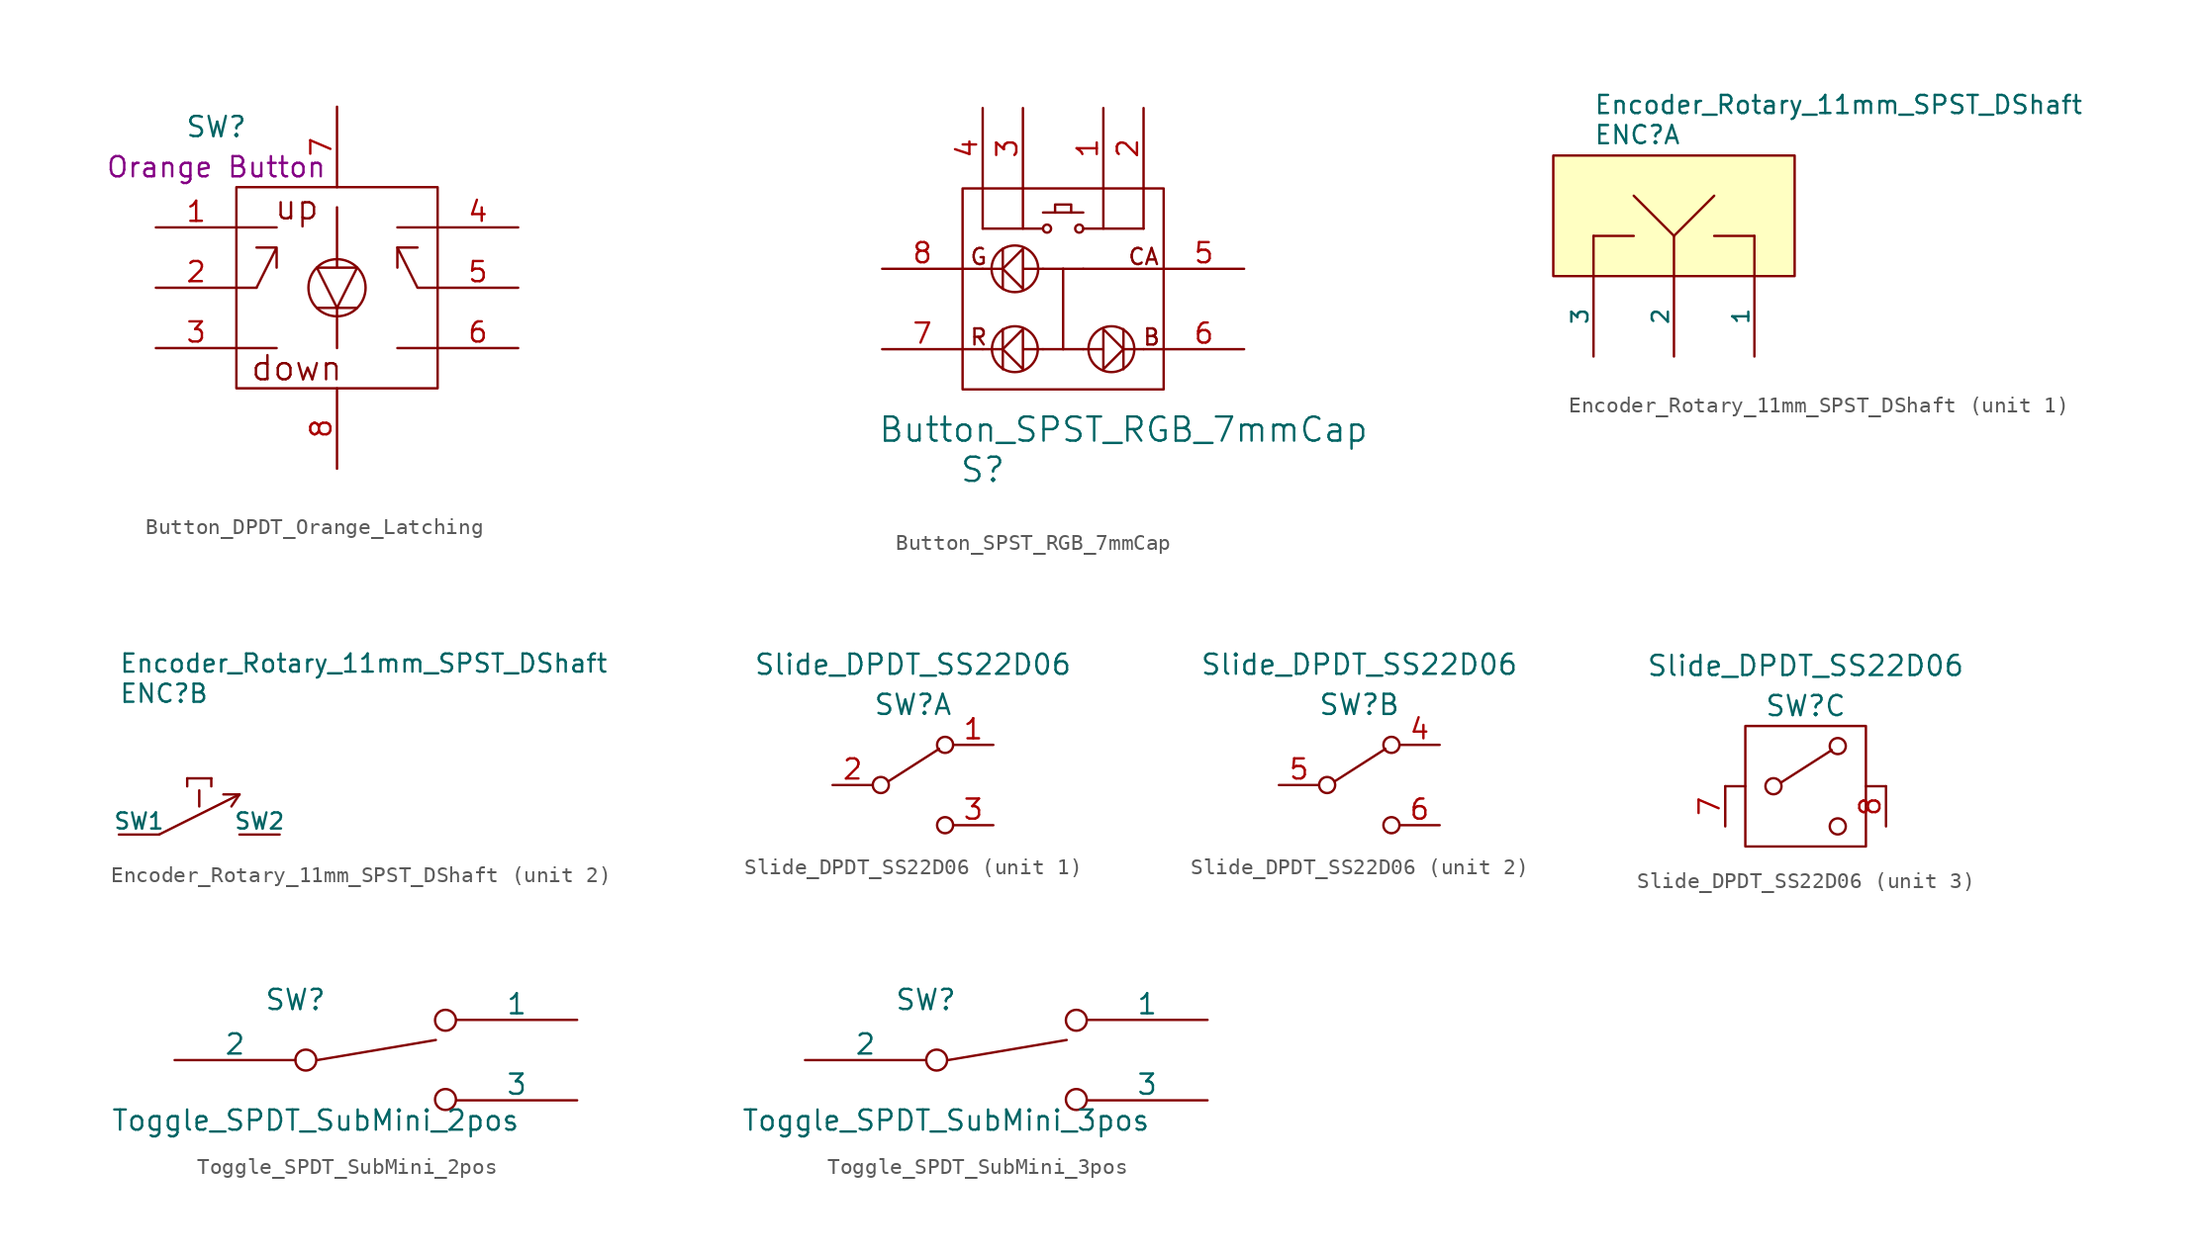
<source format=kicad_sym>
(kicad_symbol_lib
  (version 20211014)
  (generator kicad_symbol_editor)
  (symbol "Button_DPDT_Orange_Latching"
    (pin_names
      (offset 1.016) hide)
    (property "Reference" "SW"
      (at -7.62 10.16 0)
      (effects (font (size 1.27 1.27))))
    (property "Display" "Orange Button"
      (at -7.62 7.62 0)
      (effects (font (size 1.27 1.27))))
    (symbol "Button_DPDT_Orange_Latching_0_0"
      (text "down" (at -2.54 -5.08 0) (effects (font (size 1.524 1.524))))
      (text "up" (at -2.54 5.08 0) (effects (font (size 1.524 1.524)))))
    (symbol "Button_DPDT_Orange_Latching_0_1"
      (rectangle (start -6.35 6.35) (end 6.35 -6.35) (stroke (width 0) (type default) (color 0 0 0 0)) (fill (type none)))
      (polyline (pts (xy -6.35 -3.81) (xy -3.81 -3.81)) (stroke (width 0) (type default) (color 0 0 0 0)) (fill (type none)))
      (polyline (pts (xy -6.35 0) (xy -5.08 0)) (stroke (width 0) (type default) (color 0 0 0 0)) (fill (type none)))
      (polyline (pts (xy -6.35 3.81) (xy -3.81 3.81)) (stroke (width 0) (type default) (color 0 0 0 0)) (fill (type none)))
      (polyline (pts (xy -1.27 -1.27) (xy 1.27 -1.27)) (stroke (width 0) (type default) (color 0 0 0 0)) (fill (type none)))
      (polyline (pts (xy 0 -1.27) (xy 0 -3.81)) (stroke (width 0) (type default) (color 0 0 0 0)) (fill (type none)))
      (polyline (pts (xy 3.81 2.54) (xy 5.08 2.54)) (stroke (width 0) (type default) (color 0 0 0 0)) (fill (type none)))
      (polyline (pts (xy 6.35 -3.81) (xy 3.81 -3.81)) (stroke (width 0) (type default) (color 0 0 0 0)) (fill (type none)))
      (polyline (pts (xy 6.35 3.81) (xy 3.81 3.81)) (stroke (width 0) (type default) (color 0 0 0 0)) (fill (type none)))
      (polyline (pts (xy 6.35 0) (xy 5.08 0) (xy 3.81 2.54) (xy 3.81 1.27)) (stroke (width 0) (type default) (color 0 0 0 0)) (fill (type none)))
      (polyline (pts (xy -5.08 0) (xy -3.81 2.54) (xy -5.08 2.54) (xy -3.81 2.54) (xy -3.81 1.27)) (stroke (width 0) (type default) (color 0 0 0 0)) (fill (type none)))
      (polyline (pts (xy 0 5.08) (xy 0 1.27) (xy 1.27 1.27) (xy 0 -1.27) (xy -1.27 1.27) (xy 0 1.27)) (stroke (width 0) (type default) (color 0 0 0 0)) (fill (type none)))
      (circle (center 0 0) (radius 1.803) (stroke (width 0) (type default) (color 0 0 0 0)) (fill (type none))))
    (symbol "Button_DPDT_Orange_Latching_1_1"
      (pin input line (at -11.43 3.81 0) (length 5.08) (name "UP-A" (effects (font (size 1.27 1.27)))) (number "1" (effects (font (size 1.27 1.27)))))
      (pin input line (at -11.43 0 0) (length 5.08) (name "POLE-A" (effects (font (size 1.27 1.27)))) (number "2" (effects (font (size 1.27 1.27)))))
      (pin input line (at -11.43 -3.81 0) (length 5.08) (name "DOWN-A" (effects (font (size 1.27 1.27)))) (number "3" (effects (font (size 1.27 1.27)))))
      (pin input line (at 11.43 3.81 180) (length 5.08) (name "UP-B" (effects (font (size 1.27 1.27)))) (number "4" (effects (font (size 1.27 1.27)))))
      (pin input line (at 11.43 0 180) (length 5.08) (name "POLE-B" (effects (font (size 1.27 1.27)))) (number "5" (effects (font (size 1.27 1.27)))))
      (pin input line (at 11.43 -3.81 180) (length 5.08) (name "DOWN-B" (effects (font (size 1.27 1.27)))) (number "6" (effects (font (size 1.27 1.27)))))
      (pin input line (at 0 11.43 270) (length 5.08) (name "A" (effects (font (size 1.27 1.27)))) (number "7" (effects (font (size 1.27 1.27)))))
      (pin input line (at 0 -11.43 90) (length 5.08) (name "C" (effects (font (size 1.27 1.27)))) (number "8" (effects (font (size 1.27 1.27)))))))
  (symbol "Button_SPST_RGB_7mmCap"
    (pin_names
      (offset 1.016) hide)
    (property "Reference" "S"
      (at -5.08 -11.43 0)
      (effects (font (size 1.524 1.524))))
    (property "Value" "Button_SPST_RGB_7mmCap"
      (at 3.81 -8.89 0)
      (effects (font (size 1.524 1.524))))
    (property "Datasheet" ""
      (at -22.86 -1.27 0)
      (effects (font (size 1.524 1.524))))
    (symbol "Button_SPST_RGB_7mmCap_0_0"
      (text "B" (at 5.588 -3.048 0) (effects (font (size 1.016 1.016))))
      (text "CA" (at 5.08 2.032 0) (effects (font (size 1.016 1.016))))
      (text "G" (at -5.334 2.032 0) (effects (font (size 1.016 1.016))))
      (text "R" (at -5.334 -3.048 0) (effects (font (size 1.016 1.016)))))
    (symbol "Button_SPST_RGB_7mmCap_0_1"
      (rectangle (start -6.35 6.35) (end 6.35 -6.35) (stroke (width 0) (type default) (color 0 0 0 0)) (fill (type none)))
      (circle (center -3.048 -3.81) (radius 1.448) (stroke (width 0) (type default) (color 0 0 0 0)) (fill (type none)))
      (circle (center -3.048 1.27) (radius 1.473) (stroke (width 0) (type default) (color 0 0 0 0)) (fill (type none)))
      (circle (center -1.016 3.81) (radius 0.254) (stroke (width 0) (type default) (color 0 0 0 0)) (fill (type none)))
      (polyline (pts (xy -5.08 -3.81) (xy -6.35 -3.81)) (stroke (width 0) (type default) (color 0 0 0 0)) (fill (type none)))
      (polyline (pts (xy -5.08 1.27) (xy -6.35 1.27)) (stroke (width 0) (type default) (color 0 0 0 0)) (fill (type none)))
      (polyline (pts (xy -5.08 3.81) (xy -1.27 3.81)) (stroke (width 0) (type default) (color 0 0 0 0)) (fill (type none)))
      (polyline (pts (xy -5.08 6.35) (xy -5.08 3.81)) (stroke (width 0) (type default) (color 0 0 0 0)) (fill (type none)))
      (polyline (pts (xy -3.81 -3.81) (xy -5.08 -3.81)) (stroke (width 0) (type default) (color 0 0 0 0)) (fill (type none)))
      (polyline (pts (xy -3.81 -2.54) (xy -3.81 -5.08)) (stroke (width 0) (type default) (color 0 0 0 0)) (fill (type none)))
      (polyline (pts (xy -3.81 1.27) (xy -5.08 1.27)) (stroke (width 0) (type default) (color 0 0 0 0)) (fill (type none)))
      (polyline (pts (xy -3.81 2.54) (xy -3.81 0)) (stroke (width 0) (type default) (color 0 0 0 0)) (fill (type none)))
      (polyline (pts (xy -2.54 6.35) (xy -2.54 3.81)) (stroke (width 0) (type default) (color 0 0 0 0)) (fill (type none)))
      (polyline (pts (xy -1.27 -3.81) (xy 0 -3.81)) (stroke (width 0) (type default) (color 0 0 0 0)) (fill (type none)))
      (polyline (pts (xy -1.27 1.27) (xy 0 1.27)) (stroke (width 0) (type default) (color 0 0 0 0)) (fill (type none)))
      (polyline (pts (xy 0 1.27) (xy 0 -3.81)) (stroke (width 0) (type default) (color 0 0 0 0)) (fill (type none)))
      (polyline (pts (xy 1.27 -3.81) (xy 0 -3.81)) (stroke (width 0) (type default) (color 0 0 0 0)) (fill (type none)))
      (polyline (pts (xy 1.27 1.27) (xy 0 1.27)) (stroke (width 0) (type default) (color 0 0 0 0)) (fill (type none)))
      (polyline (pts (xy 1.27 1.27) (xy 6.35 1.27)) (stroke (width 0) (type default) (color 0 0 0 0)) (fill (type none)))
      (polyline (pts (xy 1.27 4.826) (xy -1.27 4.826)) (stroke (width 0) (type default) (color 0 0 0 0)) (fill (type none)))
      (polyline (pts (xy 2.54 6.35) (xy 2.54 3.81)) (stroke (width 0) (type default) (color 0 0 0 0)) (fill (type none)))
      (polyline (pts (xy 3.81 -3.81) (xy 5.08 -3.81)) (stroke (width 0) (type default) (color 0 0 0 0)) (fill (type none)))
      (polyline (pts (xy 3.81 -2.54) (xy 3.81 -5.08)) (stroke (width 0) (type default) (color 0 0 0 0)) (fill (type none)))
      (polyline (pts (xy 5.08 -3.81) (xy 6.35 -3.81)) (stroke (width 0) (type default) (color 0 0 0 0)) (fill (type none)))
      (polyline (pts (xy 5.08 3.81) (xy 1.27 3.81)) (stroke (width 0) (type default) (color 0 0 0 0)) (fill (type none)))
      (polyline (pts (xy 5.08 6.35) (xy 5.08 3.81)) (stroke (width 0) (type default) (color 0 0 0 0)) (fill (type none)))
      (polyline (pts (xy -0.508 4.826) (xy -0.508 5.334) (xy 0.508 5.334) (xy 0.508 4.826)) (stroke (width 0) (type default) (color 0 0 0 0)) (fill (type none)))
      (polyline (pts (xy -1.27 -3.81) (xy -2.54 -3.81) (xy -2.54 -2.54) (xy -3.81 -3.81) (xy -2.54 -5.08) (xy -2.54 -3.81)) (stroke (width 0) (type default) (color 0 0 0 0)) (fill (type none)))
      (polyline (pts (xy -1.27 1.27) (xy -2.54 1.27) (xy -2.54 2.54) (xy -3.81 1.27) (xy -2.54 0) (xy -2.54 1.27)) (stroke (width 0) (type default) (color 0 0 0 0)) (fill (type none)))
      (polyline (pts (xy 1.27 -3.81) (xy 2.54 -3.81) (xy 2.54 -2.54) (xy 3.81 -3.81) (xy 2.54 -5.08) (xy 2.54 -3.81)) (stroke (width 0) (type default) (color 0 0 0 0)) (fill (type none)))
      (circle (center 1.016 3.81) (radius 0.254) (stroke (width 0) (type default) (color 0 0 0 0)) (fill (type none)))
      (circle (center 3.048 -3.81) (radius 1.448) (stroke (width 0) (type default) (color 0 0 0 0)) (fill (type none))))
    (symbol "Button_SPST_RGB_7mmCap_1_1"
      (pin input line (at 2.54 11.43 270) (length 5.08) (name "UP-A" (effects (font (size 1.27 1.27)))) (number "1" (effects (font (size 1.27 1.27)))))
      (pin input line (at 5.08 11.43 270) (length 5.08) (name "POLE-A" (effects (font (size 1.27 1.27)))) (number "2" (effects (font (size 1.27 1.27)))))
      (pin input line (at -2.54 11.43 270) (length 5.08) (name "DOWN-A" (effects (font (size 1.27 1.27)))) (number "3" (effects (font (size 1.27 1.27)))))
      (pin input line (at -5.08 11.43 270) (length 5.08) (name "UP-B" (effects (font (size 1.27 1.27)))) (number "4" (effects (font (size 1.27 1.27)))))
      (pin input line (at 11.43 1.27 180) (length 5.08) (name "CA" (effects (font (size 1.27 1.27)))) (number "5" (effects (font (size 1.27 1.27)))))
      (pin input line (at 11.43 -3.81 180) (length 5.08) (name "G" (effects (font (size 1.27 1.27)))) (number "6" (effects (font (size 1.27 1.27)))))
      (pin input line (at -11.43 -3.81 0) (length 5.08) (name "R" (effects (font (size 1.27 1.27)))) (number "7" (effects (font (size 1.27 1.27)))))
      (pin input line (at -11.43 1.27 0) (length 5.08) (name "B" (effects (font (size 1.27 1.27)))) (number "8" (effects (font (size 1.27 1.27)))))))
  (symbol "Encoder_Rotary_11mm_SPST_DShaft"
    (pin_numbers hide)
    (pin_names
      (offset 0))
    (property "Reference" "ENC"
      (at -5.08 8.255 0)
      (effects (font (size 1.143 1.143)) (justify left bottom)))
    (property "Value" "Encoder_Rotary_11mm_SPST_DShaft"
      (at -5.08 10.16 0)
      (effects (font (size 1.143 1.143)) (justify left bottom)))
    (property "ki_locked" ""
      (at 0 0 0)
      (effects (font (size 1.27 1.27))))
    (symbol "Encoder_Rotary_11mm_SPST_DShaft_1_0"
      (rectangle (start -7.62 7.62) (end 7.62 0) (stroke (width 0) (type default) (color 0 0 0 0)) (fill (type background)))
      (polyline (pts (xy -5.08 0) (xy -5.08 2.54)) (stroke (width 0) (type default) (color 0 0 0 0)) (fill (type none)))
      (polyline (pts (xy -5.08 2.54) (xy -2.54 2.54)) (stroke (width 0) (type default) (color 0 0 0 0)) (fill (type none)))
      (polyline (pts (xy -2.54 5.08) (xy 0 2.54)) (stroke (width 0) (type default) (color 0 0 0 0)) (fill (type none)))
      (polyline (pts (xy 0 0) (xy 0 2.54)) (stroke (width 0) (type default) (color 0 0 0 0)) (fill (type none)))
      (polyline (pts (xy 0 2.54) (xy 2.54 5.08)) (stroke (width 0) (type default) (color 0 0 0 0)) (fill (type none)))
      (polyline (pts (xy 5.08 0) (xy 5.08 2.54)) (stroke (width 0) (type default) (color 0 0 0 0)) (fill (type none)))
      (polyline (pts (xy 5.08 2.54) (xy 2.54 2.54)) (stroke (width 0) (type default) (color 0 0 0 0)) (fill (type none))))
    (symbol "Encoder_Rotary_11mm_SPST_DShaft_1_1"
      (pin passive line (at 5.08 -5.08 90) (length 5.08) (name "1" (effects (font (size 1.016 1.016)))) (number "1" (effects (font (size 1.016 1.016)))))
      (pin passive line (at 0 -5.08 90) (length 5.08) (name "2" (effects (font (size 1.016 1.016)))) (number "2" (effects (font (size 1.016 1.016)))))
      (pin passive line (at -5.08 -5.08 90) (length 5.08) (name "3" (effects (font (size 1.016 1.016)))) (number "3" (effects (font (size 1.016 1.016))))))
    (symbol "Encoder_Rotary_11mm_SPST_DShaft_2_0"
      (polyline (pts (xy -2.54 0) (xy 2.54 2.54)) (stroke (width 0) (type default) (color 0 0 0 0)) (fill (type none)))
      (polyline (pts (xy -0.762 3.048) (xy -0.762 3.556)) (stroke (width 0) (type default) (color 0 0 0 0)) (fill (type none)))
      (polyline (pts (xy -0.762 3.556) (xy 0.762 3.556)) (stroke (width 0) (type default) (color 0 0 0 0)) (fill (type none)))
      (polyline (pts (xy 0 1.778) (xy 0 2.794)) (stroke (width 0) (type default) (color 0 0 0 0)) (fill (type none)))
      (polyline (pts (xy 0.762 3.556) (xy 0.762 3.048)) (stroke (width 0) (type default) (color 0 0 0 0)) (fill (type none)))
      (polyline (pts (xy 1.524 2.54) (xy 2.54 2.54)) (stroke (width 0) (type default) (color 0 0 0 0)) (fill (type none)))
      (polyline (pts (xy 2.54 2.54) (xy 2.032 1.778)) (stroke (width 0) (type default) (color 0 0 0 0)) (fill (type none))))
    (symbol "Encoder_Rotary_11mm_SPST_DShaft_2_1"
      (pin passive line (at -5.08 0 0) (length 2.54) (name "SW1" (effects (font (size 1.016 1.016)))) (number "SW1" (effects (font (size 1.016 1.016)))))
      (pin passive line (at 5.08 0 180) (length 2.54) (name "SW2" (effects (font (size 1.016 1.016)))) (number "SW2" (effects (font (size 1.016 1.016)))))))
  (symbol "Slide_DPDT_SS22D06"
    (pin_names
      (offset 0) hide)
    (property "Reference" "SW"
      (at 0 5.08 0)
      (effects (font (size 1.27 1.27))))
    (property "Value" "Slide_DPDT_SS22D06"
      (at 0 7.62 0)
      (effects (font (size 1.27 1.27))))
    (property "ki_locked" ""
      (at 0 0 0)
      (effects (font (size 1.27 1.27))))
    (symbol "Slide_DPDT_SS22D06_0_0"
      (circle (center -2.032 0) (radius 0.508) (stroke (width 0) (type default) (color 0 0 0 0)) (fill (type none)))
      (circle (center 2.032 -2.54) (radius 0.508) (stroke (width 0) (type default) (color 0 0 0 0)) (fill (type none))))
    (symbol "Slide_DPDT_SS22D06_0_1"
      (polyline (pts (xy -1.524 0.254) (xy 1.651 2.286)) (stroke (width 0) (type default) (color 0 0 0 0)) (fill (type none)))
      (circle (center 2.032 2.54) (radius 0.508) (stroke (width 0) (type default) (color 0 0 0 0)) (fill (type none))))
    (symbol "Slide_DPDT_SS22D06_1_1"
      (pin passive line (at 5.08 2.54 180) (length 2.54) (name "A" (effects (font (size 1.27 1.27)))) (number "1" (effects (font (size 1.27 1.27)))))
      (pin passive line (at -5.08 0 0) (length 2.54) (name "B" (effects (font (size 1.27 1.27)))) (number "2" (effects (font (size 1.27 1.27)))))
      (pin passive line (at 5.08 -2.54 180) (length 2.54) (name "C" (effects (font (size 1.27 1.27)))) (number "3" (effects (font (size 1.27 1.27))))))
    (symbol "Slide_DPDT_SS22D06_2_1"
      (pin passive line (at 5.08 2.54 180) (length 2.54) (name "A" (effects (font (size 1.27 1.27)))) (number "4" (effects (font (size 1.27 1.27)))))
      (pin passive line (at -5.08 0 0) (length 2.54) (name "B" (effects (font (size 1.27 1.27)))) (number "5" (effects (font (size 1.27 1.27)))))
      (pin passive line (at 5.08 -2.54 180) (length 2.54) (name "C" (effects (font (size 1.27 1.27)))) (number "6" (effects (font (size 1.27 1.27))))))
    (symbol "Slide_DPDT_SS22D06_3_1"
      (rectangle (start -3.81 3.81) (end 3.81 -3.81) (stroke (width 0) (type default) (color 0 0 0 0)) (fill (type none)))
      (polyline (pts (xy -5.08 0) (xy -3.81 0)) (stroke (width 0) (type default) (color 0 0 0 0)) (fill (type none)))
      (polyline (pts (xy 5.08 0) (xy 3.81 0)) (stroke (width 0) (type default) (color 0 0 0 0)) (fill (type none)))
      (pin passive line (at -5.08 -2.54 90) (length 2.54) (name "SHIELD" (effects (font (size 1.27 1.27)))) (number "7" (effects (font (size 1.27 1.27)))))
      (pin passive line (at 5.08 -2.54 90) (length 2.54) (name "SHIELD" (effects (font (size 1.27 1.27)))) (number "8" (effects (font (size 1.27 1.27)))))))
  (symbol "Toggle_SPDT_SubMini_2pos"
    (pin_numbers hide)
    (pin_names
      (offset 0))
    (property "Reference" "SW"
      (at -5.08 3.81 0)
      (effects (font (size 1.27 1.27))))
    (property "Value" "Toggle_SPDT_SubMini_2pos"
      (at -3.81 -3.81 0)
      (effects (font (size 1.27 1.27))))
    (property "Datasheet" ""
      (at 0 0 0)
      (effects (font (size 1.27 1.27))))
    (symbol "Toggle_SPDT_SubMini_2pos_1_1"
      (circle (center -4.42 0) (radius 0.66) (stroke (width 0) (type default) (color 0 0 0 0)) (fill (type none)))
      (polyline (pts (xy -3.708 0) (xy 3.785 1.27)) (stroke (width 0) (type default) (color 0 0 0 0)) (fill (type none)))
      (circle (center 4.394 -2.489) (radius 0.66) (stroke (width 0) (type default) (color 0 0 0 0)) (fill (type none)))
      (circle (center 4.394 2.515) (radius 0.66) (stroke (width 0) (type default) (color 0 0 0 0)) (fill (type none)))
      (pin passive line (at 12.7 2.54 180) (length 7.62) (name "1" (effects (font (size 1.27 1.27)))) (number "1" (effects (font (size 1.27 1.27)))))
      (pin passive line (at -12.7 0 0) (length 7.62) (name "2" (effects (font (size 1.27 1.27)))) (number "2" (effects (font (size 1.27 1.27)))))
      (pin passive line (at 12.7 -2.54 180) (length 7.62) (name "3" (effects (font (size 1.27 1.27)))) (number "3" (effects (font (size 1.27 1.27)))))))
  (symbol "Toggle_SPDT_SubMini_3pos"
    (pin_numbers hide)
    (pin_names
      (offset 0))
    (property "Reference" "SW"
      (at -5.08 3.81 0)
      (effects (font (size 1.27 1.27))))
    (property "Value" "Toggle_SPDT_SubMini_3pos"
      (at -3.81 -3.81 0)
      (effects (font (size 1.27 1.27))))
    (property "Datasheet" ""
      (at 0 0 0)
      (effects (font (size 1.27 1.27))))
    (symbol "Toggle_SPDT_SubMini_3pos_0_1"
      (circle (center -4.394 0) (radius 0.66) (stroke (width 0) (type default) (color 0 0 0 0)) (fill (type none)))
      (polyline (pts (xy -3.683 0) (xy 3.81 1.27)) (stroke (width 0) (type default) (color 0 0 0 0)) (fill (type none)))
      (circle (center 4.42 -2.489) (radius 0.66) (stroke (width 0) (type default) (color 0 0 0 0)) (fill (type none)))
      (circle (center 4.42 2.515) (radius 0.66) (stroke (width 0) (type default) (color 0 0 0 0)) (fill (type none))))
    (symbol "Toggle_SPDT_SubMini_3pos_1_1"
      (pin passive line (at 12.7 2.54 180) (length 7.62) (name "1" (effects (font (size 1.27 1.27)))) (number "1" (effects (font (size 1.27 1.27)))))
      (pin passive line (at -12.7 0 0) (length 7.62) (name "2" (effects (font (size 1.27 1.27)))) (number "2" (effects (font (size 1.27 1.27)))))
      (pin passive line (at 12.7 -2.54 180) (length 7.62) (name "3" (effects (font (size 1.27 1.27)))) (number "3" (effects (font (size 1.27 1.27))))))))
</source>
